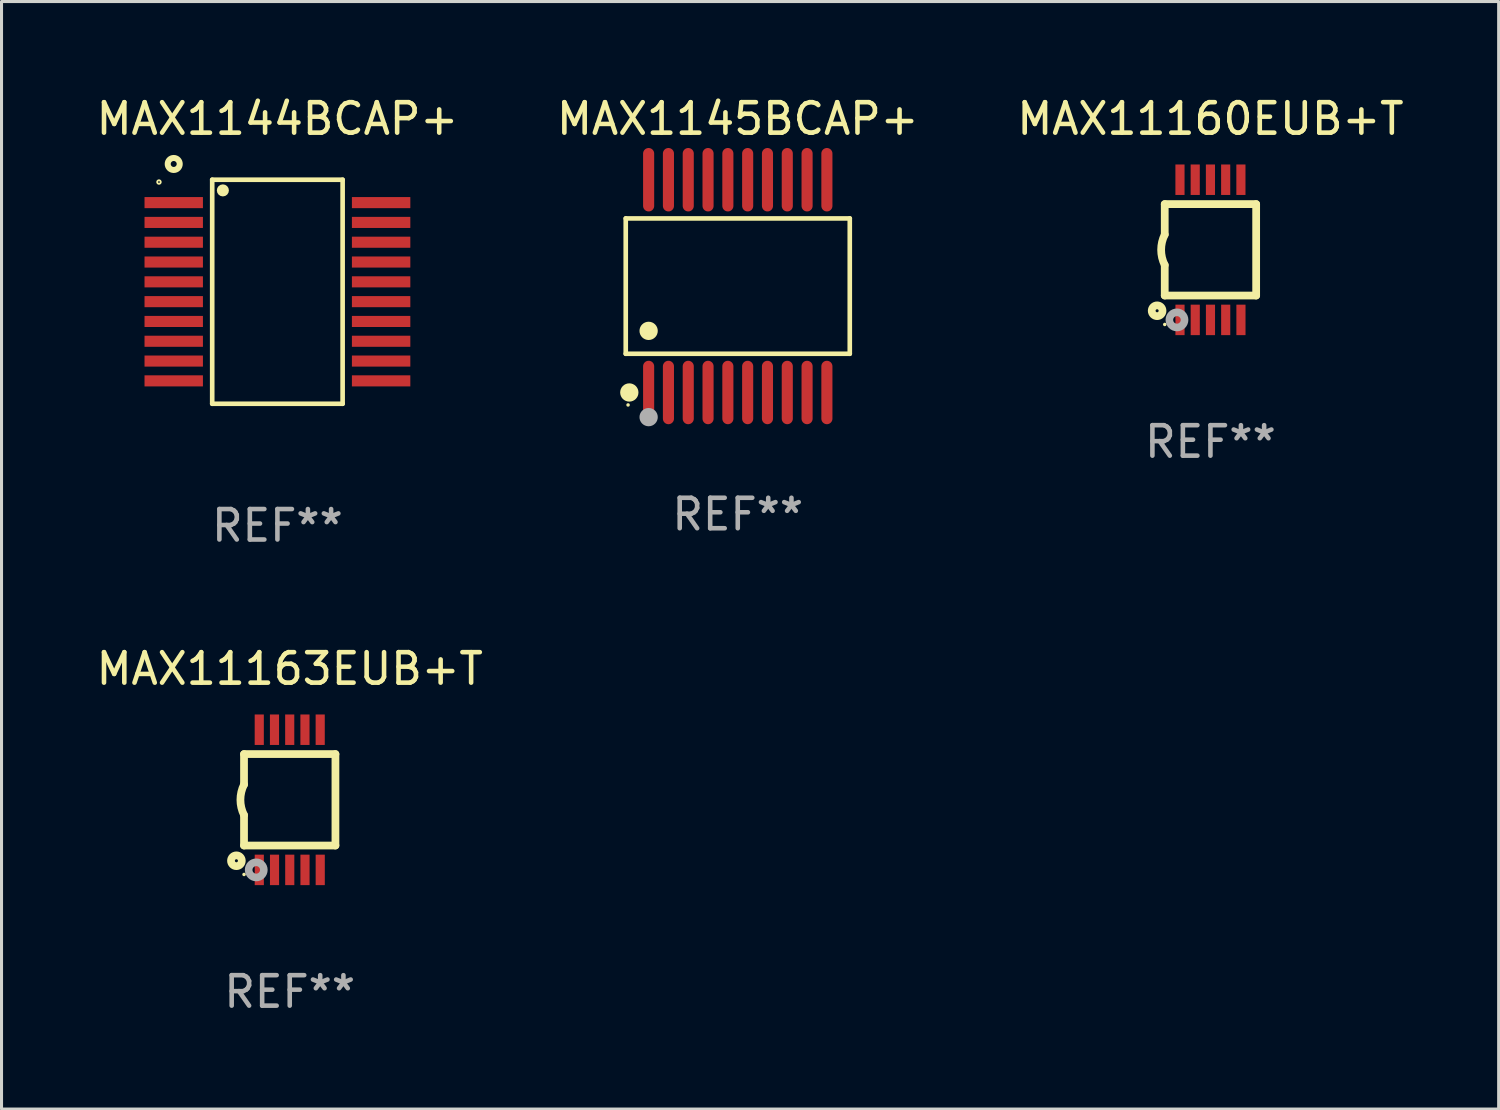
<source format=kicad_pcb>
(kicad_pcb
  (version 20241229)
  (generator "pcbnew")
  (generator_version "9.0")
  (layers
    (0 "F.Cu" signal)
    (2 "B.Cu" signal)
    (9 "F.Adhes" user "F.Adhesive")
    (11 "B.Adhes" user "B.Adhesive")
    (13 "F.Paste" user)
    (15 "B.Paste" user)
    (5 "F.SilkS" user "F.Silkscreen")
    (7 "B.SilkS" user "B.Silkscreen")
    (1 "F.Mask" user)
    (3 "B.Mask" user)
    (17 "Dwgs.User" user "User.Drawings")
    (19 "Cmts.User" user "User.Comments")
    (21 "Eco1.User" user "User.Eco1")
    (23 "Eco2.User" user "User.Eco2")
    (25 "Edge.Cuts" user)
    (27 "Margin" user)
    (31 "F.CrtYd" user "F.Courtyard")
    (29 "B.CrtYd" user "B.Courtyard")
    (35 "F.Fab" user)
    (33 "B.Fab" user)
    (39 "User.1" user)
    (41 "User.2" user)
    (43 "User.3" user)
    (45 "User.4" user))
  (footprint "MAX11160EUB+T"
    (layer "F.Cu")
    (at 36.673 5.148)
    (property "Reference" "MAX11160EUB+T" (at 0 -4.3 0) (layer "F.SilkS") (effects (font (size 1 1) (thickness 0.15))))
    (attr through_hole)
    (fp_line (start -1.5 -1.5) (end -1.5 -0.5) (stroke (width 0.254) (type solid)) (layer "F.SilkS"))
    (fp_line (start -1.5 1.5) (end -1.5 0.5) (stroke (width 0.254) (type solid)) (layer "F.SilkS"))
    (fp_line (start -1.5 1.5) (end 1.5 1.5) (stroke (width 0.254) (type solid)) (layer "F.SilkS"))
    (fp_line (start 1.5 1.5) (end 1.5 -1.5) (stroke (width 0.254) (type solid)) (layer "F.SilkS"))
    (fp_line (start 1.5 -1.5) (end -1.5 -1.5) (stroke (width 0.254) (type solid)) (layer "F.SilkS"))
    (fp_arc (start -1.500165 0.5) (mid -1.618199 0) (end -1.500165 -0.5) (stroke (width 0.254001) (type solid)) (layer "F.SilkS"))
    (fp_circle (center -1.75 2) (end -1.573 2) (stroke (width 0.254) (type solid)) (fill no) (layer "F.SilkS"))
    (fp_circle (center -1.499 2.45) (end -1.469 2.45) (stroke (width 0.06) (type solid)) (fill no) (layer "F.SilkS"))
    (fp_circle (center -1.099 2.3) (end -0.975 2.3) (stroke (width 0.25) (type solid)) (fill no) (layer "F.Fab"))
    (fp_text user "REF**" (at 0 6.3 0) (layer "F.Fab") (effects (font (size 1 1) (thickness 0.15))))
    (pad "1" smd rect (at -0.999 2.3 180) (size 0.3 1) (layers "F.Cu" "F.Mask" "F.Paste"))
    (pad "2" smd rect (at -0.499 2.3 180) (size 0.3 1) (layers "F.Cu" "F.Mask" "F.Paste"))
    (pad "3" smd rect (at 0.001 2.3 180) (size 0.3 1) (layers "F.Cu" "F.Mask" "F.Paste"))
    (pad "4" smd rect (at 0.501 2.3 180) (size 0.3 1) (layers "F.Cu" "F.Mask" "F.Paste"))
    (pad "5" smd rect (at 1.001 2.3 180) (size 0.3 1) (layers "F.Cu" "F.Mask" "F.Paste"))
    (pad "6" smd rect (at 1 -2.3 180) (size 0.3 1) (layers "F.Cu" "F.Mask" "F.Paste"))
    (pad "7" smd rect (at 0.5 -2.3 180) (size 0.3 1) (layers "F.Cu" "F.Mask" "F.Paste"))
    (pad "8" smd rect (at -0.000165 -2.3 180) (size 0.3 1) (layers "F.Cu" "F.Mask" "F.Paste"))
    (pad "9" smd rect (at -0.5 -2.3 180) (size 0.3 1) (layers "F.Cu" "F.Mask" "F.Paste"))
    (pad "10" smd rect (at -1 -2.3 180) (size 0.3 1) (layers "F.Cu" "F.Mask" "F.Paste")))
  (footprint "MAX1144BCAP+"
    (layer "F.Cu")
    (at 6.054 6.524)
    (property "Reference" "MAX1144BCAP+" (at 0 -5.676 0) (layer "F.SilkS") (effects (font (size 1 1) (thickness 0.15))))
    (attr through_hole)
    (fp_line (start -2.14 -3.676) (end 2.14 -3.676) (stroke (width 0.152) (type solid)) (layer "F.SilkS"))
    (fp_line (start -2.14 3.676) (end -2.14 -3.676) (stroke (width 0.152) (type solid)) (layer "F.SilkS"))
    (fp_line (start 2.14 -3.676) (end 2.14 3.676) (stroke (width 0.152) (type solid)) (layer "F.SilkS"))
    (fp_line (start 2.14 3.676) (end -2.14 3.676) (stroke (width 0.152) (type solid)) (layer "F.SilkS"))
    (fp_circle (center -3.887 -3.6) (end -3.858 -3.6) (stroke (width 0.06) (type solid)) (fill no) (layer "F.SilkS"))
    (fp_circle (center -3.403 -4.193) (end -3.305 -4.193) (stroke (width 0.198) (type solid)) (fill no) (layer "F.SilkS"))
    (fp_circle (center -1.79 -3.326) (end -1.691 -3.326) (stroke (width 0.198) (type solid)) (fill no) (layer "F.SilkS"))
    (fp_text user "REF**" (at 0 7.676 0) (layer "F.Fab") (effects (font (size 1 1) (thickness 0.15))))
    (pad "1" smd rect (at -3.403 -2.925) (size 1.917 0.364) (layers "F.Cu" "F.Mask" "F.Paste"))
    (pad "2" smd rect (at -3.403 -2.275) (size 1.917 0.364) (layers "F.Cu" "F.Mask" "F.Paste"))
    (pad "3" smd rect (at -3.403 -1.625) (size 1.917 0.364) (layers "F.Cu" "F.Mask" "F.Paste"))
    (pad "4" smd rect (at -3.403 -0.975) (size 1.917 0.364) (layers "F.Cu" "F.Mask" "F.Paste"))
    (pad "5" smd rect (at -3.403 -0.325) (size 1.917 0.364) (layers "F.Cu" "F.Mask" "F.Paste"))
    (pad "6" smd rect (at -3.403 0.325) (size 1.917 0.364) (layers "F.Cu" "F.Mask" "F.Paste"))
    (pad "7" smd rect (at -3.403 0.975) (size 1.917 0.364) (layers "F.Cu" "F.Mask" "F.Paste"))
    (pad "8" smd rect (at -3.403 1.625) (size 1.917 0.364) (layers "F.Cu" "F.Mask" "F.Paste"))
    (pad "9" smd rect (at -3.403 2.275) (size 1.917 0.364) (layers "F.Cu" "F.Mask" "F.Paste"))
    (pad "10" smd rect (at -3.403 2.925) (size 1.917 0.364) (layers "F.Cu" "F.Mask" "F.Paste"))
    (pad "11" smd rect (at 3.403 2.925) (size 1.917 0.364) (layers "F.Cu" "F.Mask" "F.Paste"))
    (pad "12" smd rect (at 3.403 2.275) (size 1.917 0.364) (layers "F.Cu" "F.Mask" "F.Paste"))
    (pad "13" smd rect (at 3.403 1.625) (size 1.917 0.364) (layers "F.Cu" "F.Mask" "F.Paste"))
    (pad "14" smd rect (at 3.403 0.975) (size 1.917 0.364) (layers "F.Cu" "F.Mask" "F.Paste"))
    (pad "15" smd rect (at 3.403 0.325) (size 1.917 0.364) (layers "F.Cu" "F.Mask" "F.Paste"))
    (pad "16" smd rect (at 3.403 -0.325) (size 1.917 0.364) (layers "F.Cu" "F.Mask" "F.Paste"))
    (pad "17" smd rect (at 3.403 -0.975) (size 1.917 0.364) (layers "F.Cu" "F.Mask" "F.Paste"))
    (pad "18" smd rect (at 3.403 -1.625) (size 1.917 0.364) (layers "F.Cu" "F.Mask" "F.Paste"))
    (pad "19" smd rect (at 3.403 -2.275) (size 1.917 0.364) (layers "F.Cu" "F.Mask" "F.Paste"))
    (pad "20" smd rect (at 3.403 -2.925) (size 1.917 0.364) (layers "F.Cu" "F.Mask" "F.Paste")))
  (footprint "MAX11163EUB+T"
    (layer "F.Cu")
    (at 6.458 23.197)
    (property "Reference" "MAX11163EUB+T" (at 0 -4.3 0) (layer "F.SilkS") (effects (font (size 1 1) (thickness 0.15))))
    (attr through_hole)
    (fp_line (start -1.5 -1.5) (end -1.5 -0.5) (stroke (width 0.254) (type solid)) (layer "F.SilkS"))
    (fp_line (start -1.5 1.5) (end -1.5 0.5) (stroke (width 0.254) (type solid)) (layer "F.SilkS"))
    (fp_line (start -1.5 1.5) (end 1.5 1.5) (stroke (width 0.254) (type solid)) (layer "F.SilkS"))
    (fp_line (start 1.5 1.5) (end 1.5 -1.5) (stroke (width 0.254) (type solid)) (layer "F.SilkS"))
    (fp_line (start 1.5 -1.5) (end -1.5 -1.5) (stroke (width 0.254) (type solid)) (layer "F.SilkS"))
    (fp_arc (start -1.500165 0.5) (mid -1.618199 0) (end -1.500165 -0.5) (stroke (width 0.254001) (type solid)) (layer "F.SilkS"))
    (fp_circle (center -1.75 2) (end -1.573 2) (stroke (width 0.254) (type solid)) (fill no) (layer "F.SilkS"))
    (fp_circle (center -1.499 2.45) (end -1.469 2.45) (stroke (width 0.06) (type solid)) (fill no) (layer "F.SilkS"))
    (fp_circle (center -1.099 2.3) (end -0.975 2.3) (stroke (width 0.25) (type solid)) (fill no) (layer "F.Fab"))
    (fp_text user "REF**" (at 0 6.3 0) (layer "F.Fab") (effects (font (size 1 1) (thickness 0.15))))
    (pad "1" smd rect (at -0.999 2.3 180) (size 0.3 1) (layers "F.Cu" "F.Mask" "F.Paste"))
    (pad "2" smd rect (at -0.499 2.3 180) (size 0.3 1) (layers "F.Cu" "F.Mask" "F.Paste"))
    (pad "3" smd rect (at 0.001 2.3 180) (size 0.3 1) (layers "F.Cu" "F.Mask" "F.Paste"))
    (pad "4" smd rect (at 0.501 2.3 180) (size 0.3 1) (layers "F.Cu" "F.Mask" "F.Paste"))
    (pad "5" smd rect (at 1.001 2.3 180) (size 0.3 1) (layers "F.Cu" "F.Mask" "F.Paste"))
    (pad "6" smd rect (at 1 -2.3 180) (size 0.3 1) (layers "F.Cu" "F.Mask" "F.Paste"))
    (pad "7" smd rect (at 0.5 -2.3 180) (size 0.3 1) (layers "F.Cu" "F.Mask" "F.Paste"))
    (pad "8" smd rect (at -0.000165 -2.3 180) (size 0.3 1) (layers "F.Cu" "F.Mask" "F.Paste"))
    (pad "9" smd rect (at -0.5 -2.3 180) (size 0.3 1) (layers "F.Cu" "F.Mask" "F.Paste"))
    (pad "10" smd rect (at -1 -2.3 180) (size 0.3 1) (layers "F.Cu" "F.Mask" "F.Paste")))
  (footprint "MAX1145BCAP+"
    (layer "F.Cu")
    (at 21.161 6.339)
    (property "Reference" "MAX1145BCAP+" (at 0 -5.491 0) (layer "F.SilkS") (effects (font (size 1 1) (thickness 0.15))))
    (attr through_hole)
    (fp_line (start -3.676 -2.221) (end 3.676 -2.221) (stroke (width 0.152) (type solid)) (layer "F.SilkS"))
    (fp_line (start -3.676 2.221) (end -3.676 -2.221) (stroke (width 0.152) (type solid)) (layer "F.SilkS"))
    (fp_line (start 3.676 -2.221) (end 3.676 2.221) (stroke (width 0.152) (type solid)) (layer "F.SilkS"))
    (fp_line (start 3.676 2.221) (end -3.676 2.221) (stroke (width 0.152) (type solid)) (layer "F.SilkS"))
    (fp_circle (center -3.6 3.9) (end -3.57 3.9) (stroke (width 0.06) (type solid)) (fill no) (layer "F.SilkS"))
    (fp_circle (center -3.559 3.491) (end -3.409 3.491) (stroke (width 0.3) (type solid)) (fill no) (layer "F.SilkS"))
    (fp_circle (center -2.925 1.469) (end -2.775 1.469) (stroke (width 0.3) (type solid)) (fill no) (layer "F.SilkS"))
    (fp_circle (center -2.925 4.3) (end -2.775 4.3) (stroke (width 0.3) (type solid)) (fill no) (layer "F.Fab"))
    (fp_text user "REF**" (at 0 7.491 0) (layer "F.Fab") (effects (font (size 1 1) (thickness 0.15))))
    (pad "1" smd oval (at -2.925 3.491) (size 0.364 2.082) (layers "F.Cu" "F.Mask" "F.Paste"))
    (pad "2" smd oval (at -2.275 3.491) (size 0.364 2.082) (layers "F.Cu" "F.Mask" "F.Paste"))
    (pad "3" smd oval (at -1.625 3.491) (size 0.364 2.082) (layers "F.Cu" "F.Mask" "F.Paste"))
    (pad "4" smd oval (at -0.975 3.491) (size 0.364 2.082) (layers "F.Cu" "F.Mask" "F.Paste"))
    (pad "5" smd oval (at -0.325 3.491) (size 0.364 2.082) (layers "F.Cu" "F.Mask" "F.Paste"))
    (pad "6" smd oval (at 0.325 3.491) (size 0.364 2.082) (layers "F.Cu" "F.Mask" "F.Paste"))
    (pad "7" smd oval (at 0.975 3.491) (size 0.364 2.082) (layers "F.Cu" "F.Mask" "F.Paste"))
    (pad "8" smd oval (at 1.625 3.491) (size 0.364 2.082) (layers "F.Cu" "F.Mask" "F.Paste"))
    (pad "9" smd oval (at 2.275 3.491) (size 0.364 2.082) (layers "F.Cu" "F.Mask" "F.Paste"))
    (pad "10" smd oval (at 2.925 3.491) (size 0.364 2.082) (layers "F.Cu" "F.Mask" "F.Paste"))
    (pad "11" smd oval (at 2.925 -3.491) (size 0.364 2.082) (layers "F.Cu" "F.Mask" "F.Paste"))
    (pad "12" smd oval (at 2.275 -3.491) (size 0.364 2.082) (layers "F.Cu" "F.Mask" "F.Paste"))
    (pad "13" smd oval (at 1.625 -3.491) (size 0.364 2.082) (layers "F.Cu" "F.Mask" "F.Paste"))
    (pad "14" smd oval (at 0.975 -3.491) (size 0.364 2.082) (layers "F.Cu" "F.Mask" "F.Paste"))
    (pad "15" smd oval (at 0.325 -3.491) (size 0.364 2.082) (layers "F.Cu" "F.Mask" "F.Paste"))
    (pad "16" smd oval (at -0.325 -3.491) (size 0.364 2.082) (layers "F.Cu" "F.Mask" "F.Paste"))
    (pad "17" smd oval (at -0.975 -3.491) (size 0.364 2.082) (layers "F.Cu" "F.Mask" "F.Paste"))
    (pad "18" smd oval (at -1.625 -3.491) (size 0.364 2.082) (layers "F.Cu" "F.Mask" "F.Paste"))
    (pad "19" smd oval (at -2.275 -3.491) (size 0.364 2.082) (layers "F.Cu" "F.Mask" "F.Paste"))
    (pad "20" smd oval (at -2.925 -3.491) (size 0.364 2.082) (layers "F.Cu" "F.Mask" "F.Paste")))
  (gr_rect
    (start -3 -3)
    (end 46.131 33.345)
    (stroke (width 0.1) (type default))
    (fill no)
    (layer "Edge.Cuts")))
</source>
